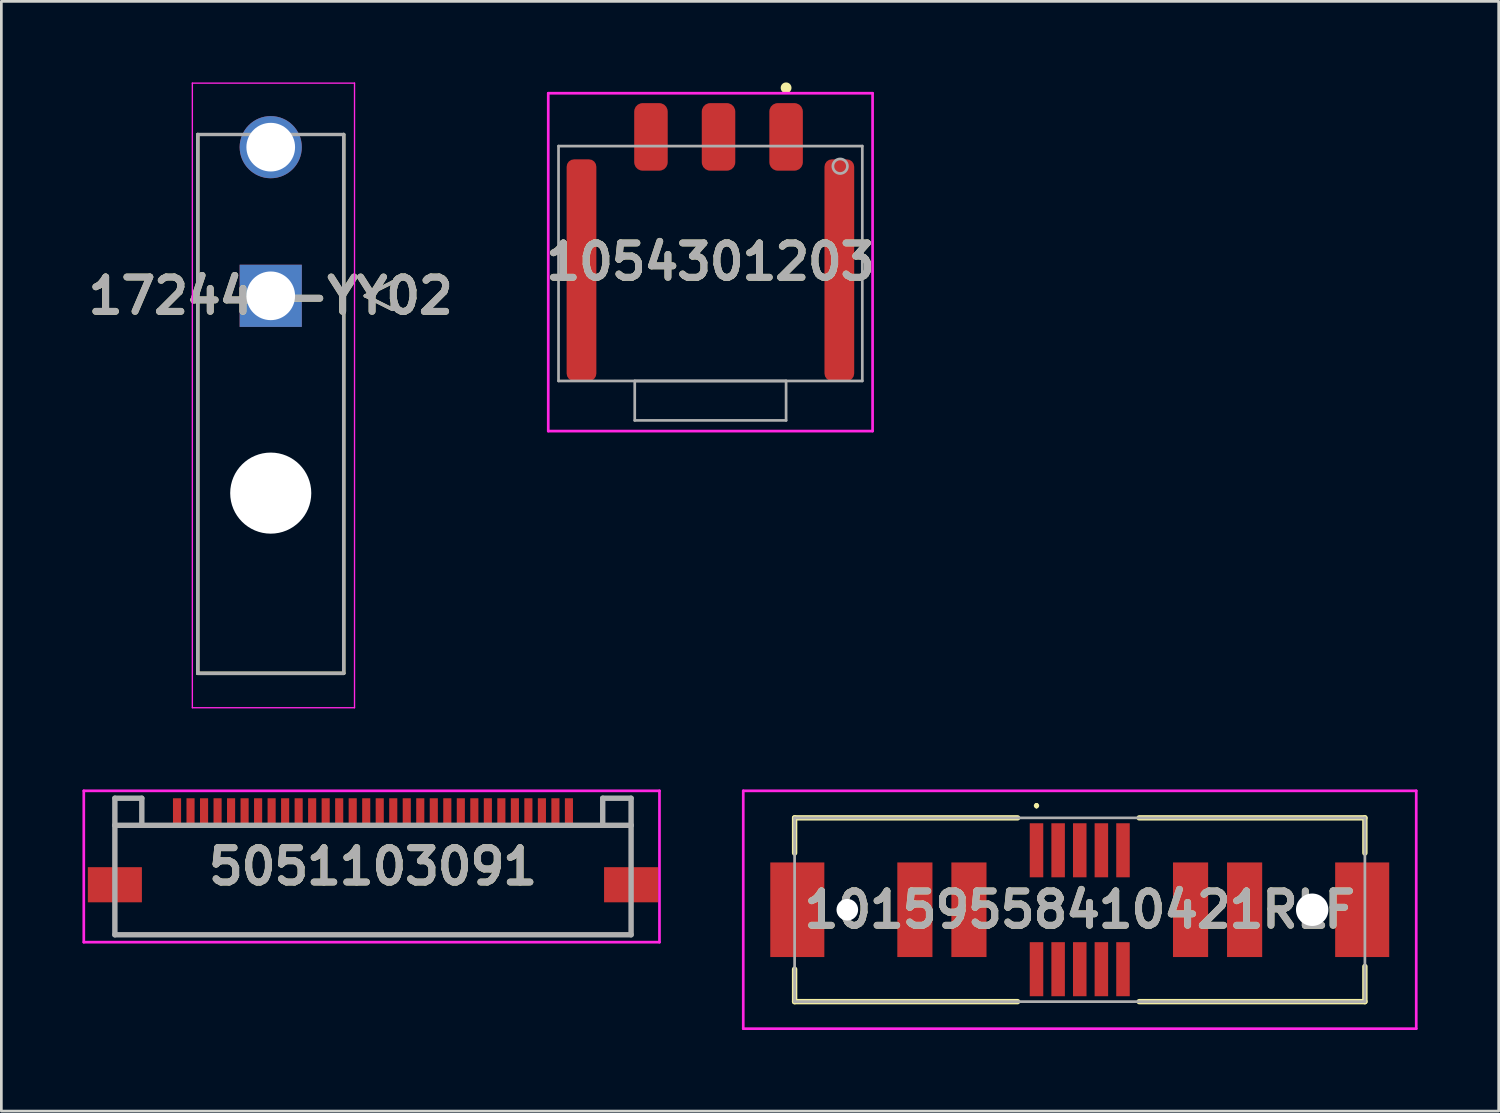
<source format=kicad_pcb>
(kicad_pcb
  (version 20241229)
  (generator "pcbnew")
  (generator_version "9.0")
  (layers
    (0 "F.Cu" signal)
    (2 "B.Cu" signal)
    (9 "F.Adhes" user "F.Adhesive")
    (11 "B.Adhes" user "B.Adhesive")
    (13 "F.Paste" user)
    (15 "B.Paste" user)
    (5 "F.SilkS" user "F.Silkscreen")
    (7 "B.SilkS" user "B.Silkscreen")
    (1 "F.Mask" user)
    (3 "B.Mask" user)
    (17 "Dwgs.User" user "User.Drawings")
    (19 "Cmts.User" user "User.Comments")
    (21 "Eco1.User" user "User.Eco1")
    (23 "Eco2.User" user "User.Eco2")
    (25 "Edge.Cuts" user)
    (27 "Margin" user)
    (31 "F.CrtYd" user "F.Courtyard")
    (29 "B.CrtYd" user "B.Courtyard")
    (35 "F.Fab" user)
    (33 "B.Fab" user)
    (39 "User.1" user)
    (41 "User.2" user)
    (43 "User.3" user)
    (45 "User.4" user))
  (footprint "172448-YY02"
    (layer "F.Cu")
    (at 6.967 7.895)
    (property "Reference" "172448-YY02" (at 0 0 0) (layer "F.SilkS") (effects (font (size 1.27 1.27) (thickness 0.254))))
    (attr through_hole)
    (fp_line (start -2.7 13.968) (end -2.7 -5.968) (stroke (width 0.127) (type solid)) (layer "F.SilkS"))
    (fp_line (start 2.7 -5.968) (end 2.7 13.968) (stroke (width 0.127) (type solid)) (layer "F.SilkS"))
    (fp_line (start 2.7 13.968) (end -2.7 13.968) (stroke (width 0.127) (type solid)) (layer "F.SilkS"))
    (fp_line (start 3.5 0) (end 4.5 -0.5) (stroke (width 0.127) (type solid)) (layer "F.SilkS"))
    (fp_line (start 4.5 -0.5) (end 4.5 0.5) (stroke (width 0.127) (type solid)) (layer "F.SilkS"))
    (fp_line (start 4.5 0.5) (end 3.5 0) (stroke (width 0.127) (type solid)) (layer "F.SilkS"))
    (fp_line (start -2.9 -7.87) (end 3.1 -7.87) (stroke (width 0.05) (type solid)) (layer "F.CrtYd"))
    (fp_line (start -2.9 15.24) (end -2.9 -7.87) (stroke (width 0.05) (type solid)) (layer "F.CrtYd"))
    (fp_line (start 3.1 -7.87) (end 3.1 15.24) (stroke (width 0.05) (type solid)) (layer "F.CrtYd"))
    (fp_line (start 3.1 15.24) (end -2.9 15.24) (stroke (width 0.05) (type solid)) (layer "F.CrtYd"))
    (fp_line (start -2.7 -5.968) (end 2.7 -5.968) (stroke (width 0.127) (type solid)) (layer "F.Fab"))
    (fp_line (start -2.7 13.968) (end -2.7 -5.968) (stroke (width 0.127) (type solid)) (layer "F.Fab"))
    (fp_line (start 2.7 -5.968) (end 2.7 13.968) (stroke (width 0.127) (type solid)) (layer "F.Fab"))
    (fp_line (start 2.7 13.968) (end -2.7 13.968) (stroke (width 0.127) (type solid)) (layer "F.Fab"))
    (fp_line (start 3.5 0) (end 4.5 -0.5) (stroke (width 0.127) (type solid)) (layer "F.Fab"))
    (fp_line (start 4.5 -0.5) (end 4.5 0.5) (stroke (width 0.127) (type solid)) (layer "F.Fab"))
    (fp_line (start 4.5 0.5) (end 3.5 0) (stroke (width 0.127) (type solid)) (layer "F.Fab"))
    (fp_text user "${REFERENCE}" (at 0 0 0) (layer "F.Fab") (effects (font (size 1.27 1.27) (thickness 0.254))))
    (pad "" np_thru_hole circle (at 0 7.3) (size 3 3) (drill 3) (layers "*.Cu" "*.Mask"))
    (pad "1" thru_hole rect (at 0 0) (size 2.3 2.3) (drill 1.8) (layers "*.Cu" "*.Mask"))
    (pad "2" thru_hole circle (at 0 -5.5) (size 2.3 2.3) (drill 1.8) (layers "*.Cu" "*.Mask")))
  (footprint "5051103091"
    (layer "F.Cu")
    (at 10.75 29.01)
    (property "Reference" "5051103091" (at 0 0 0) (layer "F.SilkS") (effects (font (size 1.27 1.27) (thickness 0.254))))
    (attr smd)
    (fp_line (start -9.55 -1.525) (end -9.55 -0.525) (stroke (width 0.1) (type solid)) (layer "F.SilkS"))
    (fp_line (start -9.55 1.975) (end -9.55 2.475) (stroke (width 0.1) (type solid)) (layer "F.SilkS"))
    (fp_line (start -9.55 2.475) (end -9.55 2.525) (stroke (width 0.1) (type solid)) (layer "F.SilkS"))
    (fp_line (start -9.55 2.525) (end 9.55 2.525) (stroke (width 0.1) (type solid)) (layer "F.SilkS"))
    (fp_line (start -9.5 -1.525) (end -9.55 -1.525) (stroke (width 0.1) (type solid)) (layer "F.SilkS"))
    (fp_line (start -8 -1.525) (end -9.5 -1.525) (stroke (width 0.1) (type solid)) (layer "F.SilkS"))
    (fp_line (start 8 -1.525) (end 9.55 -1.525) (stroke (width 0.1) (type solid)) (layer "F.SilkS"))
    (fp_line (start 9.55 -1.525) (end 9.55 -0.525) (stroke (width 0.1) (type solid)) (layer "F.SilkS"))
    (fp_line (start 9.55 2.525) (end 9.55 1.975) (stroke (width 0.1) (type solid)) (layer "F.SilkS"))
    (fp_line (start -10.7 -2.8) (end 10.6 -2.8) (stroke (width 0.1) (type solid)) (layer "F.CrtYd"))
    (fp_line (start -10.7 2.8) (end -10.7 -2.8) (stroke (width 0.1) (type solid)) (layer "F.CrtYd"))
    (fp_line (start 10.6 -2.8) (end 10.6 2.8) (stroke (width 0.1) (type solid)) (layer "F.CrtYd"))
    (fp_line (start 10.6 2.8) (end -10.7 2.8) (stroke (width 0.1) (type solid)) (layer "F.CrtYd"))
    (fp_line (start -9.55 -2.525) (end -8.553 -2.525) (stroke (width 0.2) (type solid)) (layer "F.Fab"))
    (fp_line (start -9.55 -1.525) (end -9.55 -2.525) (stroke (width 0.2) (type solid)) (layer "F.Fab"))
    (fp_line (start -9.55 -1.525) (end 9.55 -1.525) (stroke (width 0.2) (type solid)) (layer "F.Fab"))
    (fp_line (start -9.55 2.525) (end -9.55 -1.525) (stroke (width 0.2) (type solid)) (layer "F.Fab"))
    (fp_line (start -8.553 -2.525) (end -8.553 -1.525) (stroke (width 0.2) (type solid)) (layer "F.Fab"))
    (fp_line (start 8.5 -2.525) (end 8.5 -1.525) (stroke (width 0.2) (type solid)) (layer "F.Fab"))
    (fp_line (start 9.55 -2.525) (end 8.5 -2.525) (stroke (width 0.2) (type solid)) (layer "F.Fab"))
    (fp_line (start 9.55 -1.525) (end 9.55 -2.525) (stroke (width 0.2) (type solid)) (layer "F.Fab"))
    (fp_line (start 9.55 -1.525) (end 9.55 2.525) (stroke (width 0.2) (type solid)) (layer "F.Fab"))
    (fp_line (start 9.55 2.525) (end -9.55 2.525) (stroke (width 0.2) (type solid)) (layer "F.Fab"))
    (fp_text user "${REFERENCE}" (at 0 0 0) (layer "F.Fab") (effects (font (size 1.27 1.27) (thickness 0.254))))
    (pad "1" smd rect (at -7.25 -2.025) (size 0.3 1) (layers "F.Cu" "F.Mask" "F.Paste"))
    (pad "2" smd rect (at -6.75 -2.025) (size 0.3 1) (layers "F.Cu" "F.Mask" "F.Paste"))
    (pad "3" smd rect (at -6.25 -2.025) (size 0.3 1) (layers "F.Cu" "F.Mask" "F.Paste"))
    (pad "4" smd rect (at -5.75 -2.025) (size 0.3 1) (layers "F.Cu" "F.Mask" "F.Paste"))
    (pad "5" smd rect (at -5.25 -2.025) (size 0.3 1) (layers "F.Cu" "F.Mask" "F.Paste"))
    (pad "6" smd rect (at -4.75 -2.025) (size 0.3 1) (layers "F.Cu" "F.Mask" "F.Paste"))
    (pad "7" smd rect (at -4.25 -2.025) (size 0.3 1) (layers "F.Cu" "F.Mask" "F.Paste"))
    (pad "8" smd rect (at -3.75 -2.025) (size 0.3 1) (layers "F.Cu" "F.Mask" "F.Paste"))
    (pad "9" smd rect (at -3.25 -2.025) (size 0.3 1) (layers "F.Cu" "F.Mask" "F.Paste"))
    (pad "10" smd rect (at -2.75 -2.025) (size 0.3 1) (layers "F.Cu" "F.Mask" "F.Paste"))
    (pad "11" smd rect (at -2.25 -2.025) (size 0.3 1) (layers "F.Cu" "F.Mask" "F.Paste"))
    (pad "12" smd rect (at -1.75 -2.025) (size 0.3 1) (layers "F.Cu" "F.Mask" "F.Paste"))
    (pad "13" smd rect (at -1.25 -2.025) (size 0.3 1) (layers "F.Cu" "F.Mask" "F.Paste"))
    (pad "14" smd rect (at -0.75 -2.025) (size 0.3 1) (layers "F.Cu" "F.Mask" "F.Paste"))
    (pad "15" smd rect (at -0.25 -2.025) (size 0.3 1) (layers "F.Cu" "F.Mask" "F.Paste"))
    (pad "16" smd rect (at 0.25 -2.025) (size 0.3 1) (layers "F.Cu" "F.Mask" "F.Paste"))
    (pad "17" smd rect (at 0.75 -2.025) (size 0.3 1) (layers "F.Cu" "F.Mask" "F.Paste"))
    (pad "18" smd rect (at 1.25 -2.025) (size 0.3 1) (layers "F.Cu" "F.Mask" "F.Paste"))
    (pad "19" smd rect (at 1.75 -2.025) (size 0.3 1) (layers "F.Cu" "F.Mask" "F.Paste"))
    (pad "20" smd rect (at 2.25 -2.025) (size 0.3 1) (layers "F.Cu" "F.Mask" "F.Paste"))
    (pad "21" smd rect (at 2.75 -2.025) (size 0.3 1) (layers "F.Cu" "F.Mask" "F.Paste"))
    (pad "22" smd rect (at 3.25 -2.025) (size 0.3 1) (layers "F.Cu" "F.Mask" "F.Paste"))
    (pad "23" smd rect (at 3.75 -2.025) (size 0.3 1) (layers "F.Cu" "F.Mask" "F.Paste"))
    (pad "24" smd rect (at 4.25 -2.025) (size 0.3 1) (layers "F.Cu" "F.Mask" "F.Paste"))
    (pad "25" smd rect (at 4.75 -2.025) (size 0.3 1) (layers "F.Cu" "F.Mask" "F.Paste"))
    (pad "26" smd rect (at 5.25 -2.025) (size 0.3 1) (layers "F.Cu" "F.Mask" "F.Paste"))
    (pad "27" smd rect (at 5.75 -2.025) (size 0.3 1) (layers "F.Cu" "F.Mask" "F.Paste"))
    (pad "28" smd rect (at 6.25 -2.025) (size 0.3 1) (layers "F.Cu" "F.Mask" "F.Paste"))
    (pad "29" smd rect (at 6.75 -2.025) (size 0.3 1) (layers "F.Cu" "F.Mask" "F.Paste"))
    (pad "30" smd rect (at 7.25 -2.025) (size 0.3 1) (layers "F.Cu" "F.Mask" "F.Paste"))
    (pad "MP1" smd rect (at -9.55 0.675 90) (size 1.3 2) (layers "F.Cu" "F.Mask" "F.Paste"))
    (pad "MP2" smd rect (at 9.55 0.675 90) (size 1.3 2) (layers "F.Cu" "F.Mask" "F.Paste")))
  (footprint "10159558410421RLF"
    (layer "F.Cu")
    (at 36.9 30.61)
    (property "Reference" "10159558410421RLF" (at 0 0 0) (layer "F.SilkS") (effects (font (size 1.27 1.27) (thickness 0.254))))
    (attr through_hole)
    (fp_line (start -10.55 -3.4) (end -2.3 -3.4) (stroke (width 0.2) (type solid)) (layer "F.SilkS"))
    (fp_line (start -10.55 -2.1) (end -10.55 -3.4) (stroke (width 0.2) (type solid)) (layer "F.SilkS"))
    (fp_line (start -10.55 3.4) (end -10.55 2.2) (stroke (width 0.2) (type solid)) (layer "F.SilkS"))
    (fp_line (start -2.3 3.4) (end -10.55 3.4) (stroke (width 0.2) (type solid)) (layer "F.SilkS"))
    (fp_line (start -1.6 -3.9) (end -1.6 -3.9) (stroke (width 0.1) (type solid)) (layer "F.SilkS"))
    (fp_line (start -1.6 -3.8) (end -1.6 -3.8) (stroke (width 0.1) (type solid)) (layer "F.SilkS"))
    (fp_line (start 2.2 -3.4) (end 10.55 -3.4) (stroke (width 0.2) (type solid)) (layer "F.SilkS"))
    (fp_line (start 10.55 -3.4) (end 10.55 -2.1) (stroke (width 0.2) (type solid)) (layer "F.SilkS"))
    (fp_line (start 10.55 2.1) (end 10.55 3.4) (stroke (width 0.2) (type solid)) (layer "F.SilkS"))
    (fp_line (start 10.55 3.4) (end 2.2 3.4) (stroke (width 0.2) (type solid)) (layer "F.SilkS"))
    (fp_arc (start -1.6 -3.9) (mid -1.55 -3.85) (end -1.6 -3.8) (stroke (width 0.1) (type solid)) (layer "F.SilkS"))
    (fp_arc (start -1.6 -3.8) (mid -1.65 -3.85) (end -1.6 -3.9) (stroke (width 0.1) (type solid)) (layer "F.SilkS"))
    (fp_line (start -12.45 -4.4) (end 12.45 -4.4) (stroke (width 0.1) (type solid)) (layer "F.CrtYd"))
    (fp_line (start -12.45 4.4) (end -12.45 -4.4) (stroke (width 0.1) (type solid)) (layer "F.CrtYd"))
    (fp_line (start 12.45 -4.4) (end 12.45 4.4) (stroke (width 0.1) (type solid)) (layer "F.CrtYd"))
    (fp_line (start 12.45 4.4) (end -12.45 4.4) (stroke (width 0.1) (type solid)) (layer "F.CrtYd"))
    (fp_line (start -10.55 -3.4) (end -10.55 3.4) (stroke (width 0.1) (type solid)) (layer "F.Fab"))
    (fp_line (start -10.55 3.4) (end 10.55 3.4) (stroke (width 0.1) (type solid)) (layer "F.Fab"))
    (fp_line (start 10.55 -3.4) (end -10.55 -3.4) (stroke (width 0.1) (type solid)) (layer "F.Fab"))
    (fp_line (start 10.55 3.4) (end 10.55 -3.4) (stroke (width 0.1) (type solid)) (layer "F.Fab"))
    (fp_text user "${REFERENCE}" (at 0 0 0) (layer "F.Fab") (effects (font (size 1.27 1.27) (thickness 0.254))))
    (pad "" np_thru_hole circle (at -8.6 0) (size 0.8 0.8) (drill 0.8) (layers "*.Cu" "*.Mask"))
    (pad "" np_thru_hole circle (at 8.6 0) (size 1.2 1.2) (drill 1.2) (layers "*.Cu" "*.Mask"))
    (pad "MP1" smd rect (at -10.45 0) (size 2 3.5) (layers "F.Cu" "F.Mask" "F.Paste"))
    (pad "MP2" smd rect (at 10.45 0) (size 2 3.5) (layers "F.Cu" "F.Mask" "F.Paste"))
    (pad "P1" smd rect (at -6.1 0) (size 1.3 3.5) (layers "F.Cu" "F.Mask" "F.Paste"))
    (pad "P2" smd rect (at -4.1 0) (size 1.3 3.5) (layers "F.Cu" "F.Mask" "F.Paste"))
    (pad "P3" smd rect (at 4.1 0) (size 1.3 3.5) (layers "F.Cu" "F.Mask" "F.Paste"))
    (pad "P4" smd rect (at 6.1 0) (size 1.3 3.5) (layers "F.Cu" "F.Mask" "F.Paste"))
    (pad "S1" smd rect (at -1.6 -2.2) (size 0.5 2) (layers "F.Cu" "F.Mask" "F.Paste"))
    (pad "S2" smd rect (at -1.6 2.2) (size 0.5 2) (layers "F.Cu" "F.Mask" "F.Paste"))
    (pad "S3" smd rect (at -0.8 -2.2) (size 0.5 2) (layers "F.Cu" "F.Mask" "F.Paste"))
    (pad "S4" smd rect (at -0.8 2.2) (size 0.5 2) (layers "F.Cu" "F.Mask" "F.Paste"))
    (pad "S5" smd rect (at 0 -2.2) (size 0.5 2) (layers "F.Cu" "F.Mask" "F.Paste"))
    (pad "S6" smd rect (at 0 2.2) (size 0.5 2) (layers "F.Cu" "F.Mask" "F.Paste"))
    (pad "S7" smd rect (at 0.8 -2.2) (size 0.5 2) (layers "F.Cu" "F.Mask" "F.Paste"))
    (pad "S8" smd rect (at 0.8 2.2) (size 0.5 2) (layers "F.Cu" "F.Mask" "F.Paste"))
    (pad "S9" smd rect (at 1.6 -2.2) (size 0.5 2) (layers "F.Cu" "F.Mask" "F.Paste"))
    (pad "S10" smd rect (at 1.6 2.2) (size 0.5 2) (layers "F.Cu" "F.Mask" "F.Paste")))
  (footprint "1054301203"
    (layer "F.Cu")
    (at 23.235 6.7)
    (property "Reference" "1054301203" (at 0 -0.065 0) (layer "F.SilkS") (effects (font (size 1.27 1.27) (thickness 0.254))))
    (attr smd)
    (fp_circle (center 2.8 -6.5) (end 2.95 -6.5) (stroke (width 0.1) (type solid)) (fill yes) (layer "F.SilkS"))
    (fp_line (start -6 -6.3) (end 6 -6.3) (stroke (width 0.1) (type solid)) (layer "F.CrtYd"))
    (fp_line (start -6 6.2) (end -6 -6.3) (stroke (width 0.1) (type solid)) (layer "F.CrtYd"))
    (fp_line (start 6 -6.3) (end 6 6.2) (stroke (width 0.1) (type solid)) (layer "F.CrtYd"))
    (fp_line (start 6 6.2) (end -6 6.2) (stroke (width 0.1) (type solid)) (layer "F.CrtYd"))
    (fp_line (start -5.62 -4.345) (end -5.62 4.345) (stroke (width 0.1) (type solid)) (layer "F.Fab"))
    (fp_line (start -5.62 4.345) (end 5.62 4.345) (stroke (width 0.1) (type solid)) (layer "F.Fab"))
    (fp_line (start -2.8 4.345) (end 2.8 4.345) (stroke (width 0.1) (type solid)) (layer "F.Fab"))
    (fp_line (start -2.8 5.805) (end -2.8 4.345) (stroke (width 0.1) (type solid)) (layer "F.Fab"))
    (fp_line (start 2.8 4.345) (end 2.8 5.805) (stroke (width 0.1) (type solid)) (layer "F.Fab"))
    (fp_line (start 2.8 5.805) (end -2.8 5.805) (stroke (width 0.1) (type solid)) (layer "F.Fab"))
    (fp_line (start 5.62 -4.345) (end -5.62 -4.345) (stroke (width 0.1) (type solid)) (layer "F.Fab"))
    (fp_line (start 5.62 4.345) (end 5.62 -4.345) (stroke (width 0.1) (type solid)) (layer "F.Fab"))
    (fp_circle (center 4.8 -3.6) (end 5.05 -3.5) (stroke (width 0.1) (type solid)) (fill no) (layer "F.Fab"))
    (fp_text user "${REFERENCE}" (at 0 -0.065 0) (layer "F.Fab") (effects (font (size 1.27 1.27) (thickness 0.254))))
    (pad "1" smd roundrect (at 2.8 -4.685) (size 1.24 2.5) (layers "F.Cu" "F.Mask" "F.Paste") (roundrect_rratio 0.25))
    (pad "2" smd roundrect (at 0.3 -4.685) (size 1.24 2.5) (layers "F.Cu" "F.Mask" "F.Paste") (roundrect_rratio 0.25))
    (pad "3" smd roundrect (at -2.2 -4.685) (size 1.24 2.5) (layers "F.Cu" "F.Mask" "F.Paste") (roundrect_rratio 0.25))
    (pad "MP1" smd roundrect (at 4.77 0.245) (size 1.1 8.2) (layers "F.Cu" "F.Mask" "F.Paste") (roundrect_rratio 0.25))
    (pad "MP2" smd roundrect (at -4.77 0.245) (size 1.1 8.2) (layers "F.Cu" "F.Mask" "F.Paste") (roundrect_rratio 0.25)))
  (gr_rect
    (start -3 -3)
    (end 52.4 38.06)
    (stroke (width 0.1) (type default))
    (fill no)
    (layer "Edge.Cuts")))
</source>
